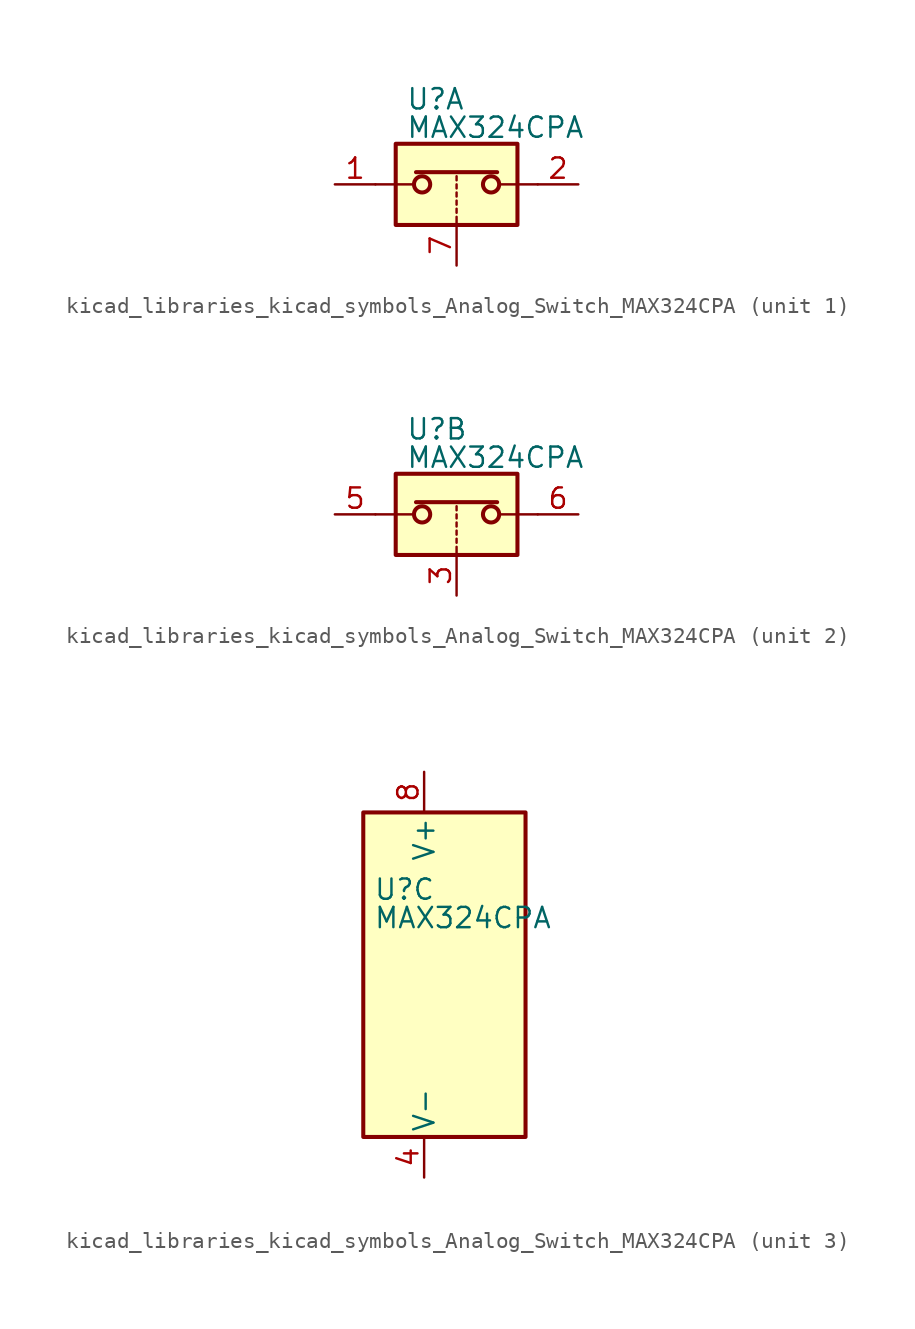
<source format=kicad_sym>
(kicad_symbol_lib
  (version 20220914)
  (generator kicad_symbol_editor)
  (symbol "kicad_libraries_kicad_symbols_Analog_Switch_MAX324CPA"
    (pin_names
      (offset 0.254))
    (property "Reference" "U"
      (at -3.175 5.334 0)
      (effects (font (size 1.27 1.27)) (justify left)))
    (property "Value" "MAX324CPA"
      (at -3.175 3.556 0)
      (effects (font (size 1.27 1.27)) (justify left)))
    (symbol "kicad_libraries_kicad_symbols_Analog_Switch_MAX324CPA_1_1"
      (rectangle (start -3.81 2.54) (end 3.81 -2.54) (stroke (width 0.254) (type default)) (fill (type background)))
      (circle (center -2.159 0) (radius 0.508) (stroke (width 0.254) (type default)) (fill (type none)))
      (polyline (pts (xy -5.08 0) (xy -2.794 0)) (stroke (width 0) (type default)) (fill (type none)))
      (polyline (pts (xy -2.54 0.762) (xy 2.54 0.762)) (stroke (width 0.254) (type default)) (fill (type none)))
      (polyline (pts (xy 0 -2.54) (xy 0 -2.032)) (stroke (width 0) (type default)) (fill (type none)))
      (polyline (pts (xy 0 -1.778) (xy 0 -1.524)) (stroke (width 0) (type default)) (fill (type none)))
      (polyline (pts (xy 0 -1.27) (xy 0 -1.016)) (stroke (width 0) (type default)) (fill (type none)))
      (polyline (pts (xy 0 -0.762) (xy 0 -0.508)) (stroke (width 0) (type default)) (fill (type none)))
      (polyline (pts (xy 0 -0.254) (xy 0 0)) (stroke (width 0) (type default)) (fill (type none)))
      (polyline (pts (xy 0 0.254) (xy 0 0.508)) (stroke (width 0) (type default)) (fill (type none)))
      (polyline (pts (xy 5.08 0) (xy 2.794 0)) (stroke (width 0) (type default)) (fill (type none)))
      (circle (center 2.159 0) (radius 0.508) (stroke (width 0.254) (type default)) (fill (type none)))
      (pin passive line (at -7.62 0 0) (length 2.54) (name "~" (effects (font (size 1.27 1.27)))) (number "1" (effects (font (size 1.27 1.27)))))
      (pin passive line (at 7.62 0 180) (length 2.54) (name "~" (effects (font (size 1.27 1.27)))) (number "2" (effects (font (size 1.27 1.27)))))
      (pin input line (at 0 -5.08 90) (length 2.54) (name "~" (effects (font (size 1.27 1.27)))) (number "7" (effects (font (size 1.27 1.27))))))
    (symbol "kicad_libraries_kicad_symbols_Analog_Switch_MAX324CPA_2_1"
      (rectangle (start -3.81 2.54) (end 3.81 -2.54) (stroke (width 0.254) (type default)) (fill (type background)))
      (circle (center -2.159 0) (radius 0.508) (stroke (width 0.254) (type default)) (fill (type none)))
      (polyline (pts (xy -5.08 0) (xy -2.794 0)) (stroke (width 0) (type default)) (fill (type none)))
      (polyline (pts (xy -2.54 0.762) (xy 2.54 0.762)) (stroke (width 0.254) (type default)) (fill (type none)))
      (polyline (pts (xy 0 -2.54) (xy 0 -2.032)) (stroke (width 0) (type default)) (fill (type none)))
      (polyline (pts (xy 0 -1.778) (xy 0 -1.524)) (stroke (width 0) (type default)) (fill (type none)))
      (polyline (pts (xy 0 -1.27) (xy 0 -1.016)) (stroke (width 0) (type default)) (fill (type none)))
      (polyline (pts (xy 0 -0.762) (xy 0 -0.508)) (stroke (width 0) (type default)) (fill (type none)))
      (polyline (pts (xy 0 -0.254) (xy 0 0)) (stroke (width 0) (type default)) (fill (type none)))
      (polyline (pts (xy 0 0.254) (xy 0 0.508)) (stroke (width 0) (type default)) (fill (type none)))
      (polyline (pts (xy 5.08 0) (xy 2.794 0)) (stroke (width 0) (type default)) (fill (type none)))
      (circle (center 2.159 0) (radius 0.508) (stroke (width 0.254) (type default)) (fill (type none)))
      (pin input line (at 0 -5.08 90) (length 2.54) (name "~" (effects (font (size 1.27 1.27)))) (number "3" (effects (font (size 1.27 1.27)))))
      (pin passive line (at -7.62 0 0) (length 2.54) (name "~" (effects (font (size 1.27 1.27)))) (number "5" (effects (font (size 1.27 1.27)))))
      (pin passive line (at 7.62 0 180) (length 2.54) (name "~" (effects (font (size 1.27 1.27)))) (number "6" (effects (font (size 1.27 1.27))))))
    (symbol "kicad_libraries_kicad_symbols_Analog_Switch_MAX324CPA_3_0"
      (pin power_in line (at 0 -12.7 90) (length 2.54) (name "V-" (effects (font (size 1.27 1.27)))) (number "4" (effects (font (size 1.27 1.27)))))
      (pin power_in line (at 0 12.7 270) (length 2.54) (name "V+" (effects (font (size 1.27 1.27)))) (number "8" (effects (font (size 1.27 1.27))))))
    (symbol "kicad_libraries_kicad_symbols_Analog_Switch_MAX324CPA_3_1"
      (rectangle (start -3.81 10.16) (end 6.35 -10.16) (stroke (width 0.254) (type default)) (fill (type background))))))
</source>
